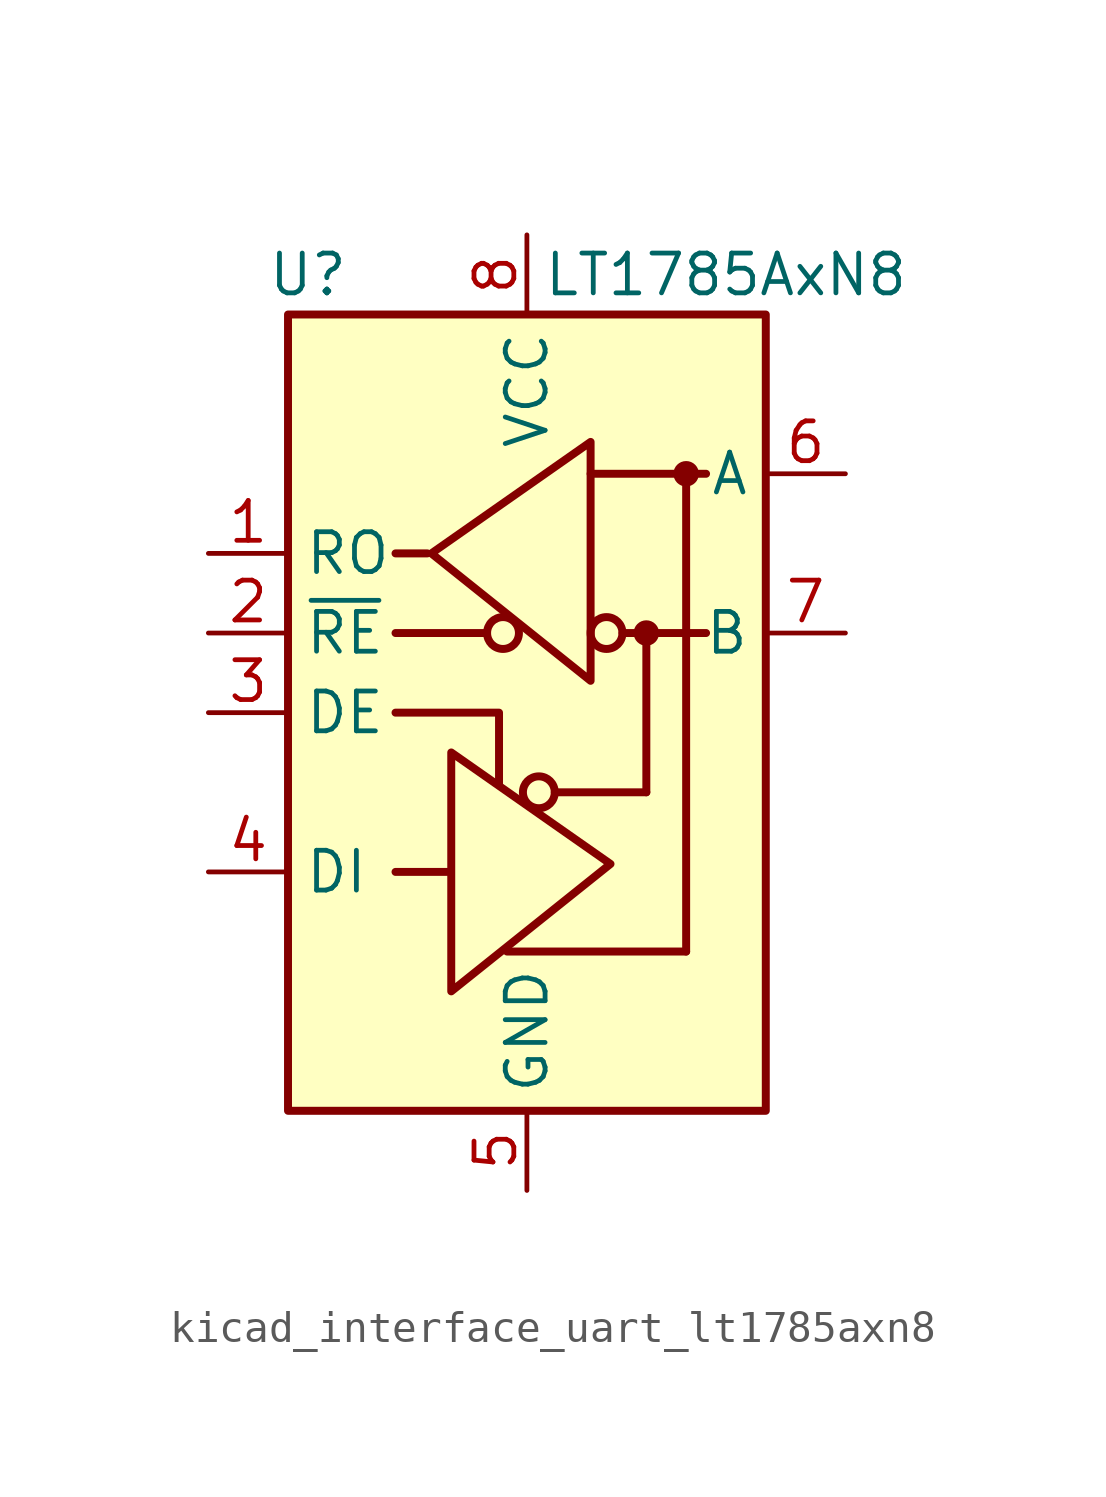
<source format=kicad_sym>
(kicad_symbol_lib
  (version 20220914)
  (generator kicad_symbol_editor)
  (symbol "kicad_interface_uart_lt1785axn8"
    (property "Reference" "U"
      (at -6.985 13.97 0)
      (effects (font (size 1.27 1.27))))
    (property "Value" "LT1785AxN8"
      (at 6.35 13.97 0)
      (effects (font (size 1.27 1.27))))
    (symbol "kicad_interface_uart_lt1785axn8_0_1"
      (rectangle (start -7.62 12.7) (end 7.62 -12.7) (stroke (width 0.254) (type default)) (fill (type background))))
    (symbol "kicad_interface_uart_lt1785axn8_1_1"
      (circle (center -0.762 2.54) (radius 0.508) (stroke (width 0.254) (type default)) (fill (type none)))
      (polyline (pts (xy -4.191 2.54) (xy -1.27 2.54)) (stroke (width 0.254) (type default)) (fill (type none)))
      (polyline (pts (xy -2.54 -5.08) (xy -4.191 -5.08)) (stroke (width 0.254) (type default)) (fill (type none)))
      (polyline (pts (xy -0.635 -7.62) (xy 5.08 -7.62)) (stroke (width 0.254) (type default)) (fill (type none)))
      (polyline (pts (xy 0.889 -2.54) (xy 3.81 -2.54)) (stroke (width 0.254) (type default)) (fill (type none)))
      (polyline (pts (xy 2.032 7.62) (xy 5.715 7.62)) (stroke (width 0.254) (type default)) (fill (type none)))
      (polyline (pts (xy 3.048 2.54) (xy 5.715 2.54)) (stroke (width 0.254) (type default)) (fill (type none)))
      (polyline (pts (xy 3.81 -2.54) (xy 3.81 2.54)) (stroke (width 0.254) (type default)) (fill (type none)))
      (polyline (pts (xy 5.08 -7.62) (xy 5.08 7.62)) (stroke (width 0.254) (type default)) (fill (type none)))
      (polyline (pts (xy -4.191 0) (xy -0.889 0) (xy -0.889 -2.286)) (stroke (width 0.254) (type default)) (fill (type none)))
      (polyline (pts (xy -3.175 5.08) (xy -4.191 5.08) (xy -4.064 5.08)) (stroke (width 0.254) (type default)) (fill (type none)))
      (polyline (pts (xy -2.413 -5.08) (xy -2.413 -1.27) (xy 2.667 -4.826) (xy -2.413 -8.89) (xy -2.413 -5.08)) (stroke (width 0.254) (type default)) (fill (type none)))
      (polyline (pts (xy 2.032 4.826) (xy 2.032 8.636) (xy -3.048 5.08) (xy 2.032 1.016) (xy 2.032 4.826)) (stroke (width 0.254) (type default)) (fill (type none)))
      (circle (center 0.381 -2.54) (radius 0.508) (stroke (width 0.254) (type default)) (fill (type none)))
      (circle (center 2.54 2.54) (radius 0.508) (stroke (width 0.254) (type default)) (fill (type none)))
      (circle (center 3.81 2.54) (radius 0.279) (stroke (width 0.254) (type default)) (fill (type outline)))
      (circle (center 5.08 7.62) (radius 0.279) (stroke (width 0.254) (type default)) (fill (type outline)))
      (pin output line (at -10.16 5.08 0) (length 2.54) (name "RO" (effects (font (size 1.27 1.27)))) (number "1" (effects (font (size 1.27 1.27)))))
      (pin input line (at -10.16 2.54 0) (length 2.54) (name "~{RE}" (effects (font (size 1.27 1.27)))) (number "2" (effects (font (size 1.27 1.27)))))
      (pin input line (at -10.16 0 0) (length 2.54) (name "DE" (effects (font (size 1.27 1.27)))) (number "3" (effects (font (size 1.27 1.27)))))
      (pin input line (at -10.16 -5.08 0) (length 2.54) (name "DI" (effects (font (size 1.27 1.27)))) (number "4" (effects (font (size 1.27 1.27)))))
      (pin power_in line (at 0 -15.24 90) (length 2.54) (name "GND" (effects (font (size 1.27 1.27)))) (number "5" (effects (font (size 1.27 1.27)))))
      (pin bidirectional line (at 10.16 7.62 180) (length 2.54) (name "A" (effects (font (size 1.27 1.27)))) (number "6" (effects (font (size 1.27 1.27)))))
      (pin bidirectional line (at 10.16 2.54 180) (length 2.54) (name "B" (effects (font (size 1.27 1.27)))) (number "7" (effects (font (size 1.27 1.27)))))
      (pin power_in line (at 0 15.24 270) (length 2.54) (name "VCC" (effects (font (size 1.27 1.27)))) (number "8" (effects (font (size 1.27 1.27))))))))
</source>
